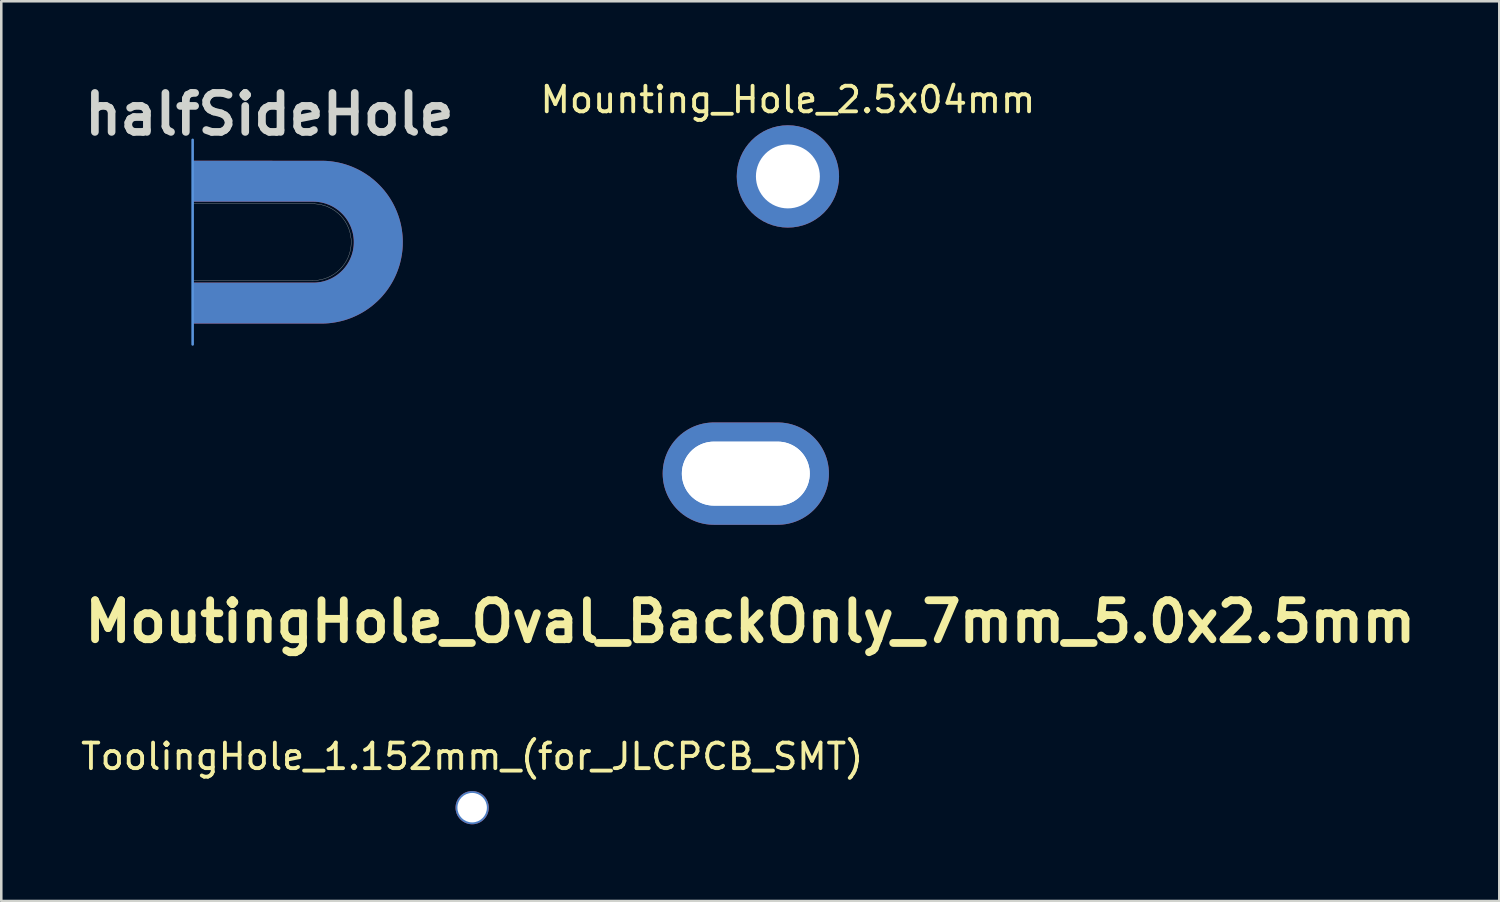
<source format=kicad_pcb>
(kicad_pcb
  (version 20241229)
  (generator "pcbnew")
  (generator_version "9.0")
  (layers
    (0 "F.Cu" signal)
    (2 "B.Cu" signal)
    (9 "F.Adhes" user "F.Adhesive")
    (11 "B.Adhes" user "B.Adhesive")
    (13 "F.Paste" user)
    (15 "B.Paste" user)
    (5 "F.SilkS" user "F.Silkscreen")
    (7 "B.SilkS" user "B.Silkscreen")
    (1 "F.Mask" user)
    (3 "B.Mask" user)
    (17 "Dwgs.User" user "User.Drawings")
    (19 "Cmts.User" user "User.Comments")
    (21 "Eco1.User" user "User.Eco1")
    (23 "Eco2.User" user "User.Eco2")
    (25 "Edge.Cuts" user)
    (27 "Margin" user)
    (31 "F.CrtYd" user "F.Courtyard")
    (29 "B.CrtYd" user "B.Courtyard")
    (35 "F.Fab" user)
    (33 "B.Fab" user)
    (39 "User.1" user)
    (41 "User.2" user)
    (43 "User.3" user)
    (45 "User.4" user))
  (footprint "Mounting_Hole_2.5x04mm"
    (layer "F.Cu")
    (at 27.756 3.848)
    (property "Reference" "Mounting_Hole_2.5x04mm" (at 0 -3 0) (layer "F.SilkS") (effects (font (size 1 1) (thickness 0.15))))
    (attr through_hole)
    (pad "1" thru_hole circle (at 0 0) (size 4 4) (drill 2.5) (layers "*.Cu" "*.Mask")))
  (footprint "MoutingHole_Oval_BackOnly_7mm_5.0x2.5mm"
    (layer "F.Cu")
    (at 26.11 15.468)
    (property "Reference" "MoutingHole_Oval_BackOnly_7mm_5.0x2.5mm" (at 0.175 5.786 0) (layer "F.SilkS") (effects (font (size 1.524 1.524) (thickness 0.305))))
    (attr exclude_from_pos_files exclude_from_bom)
    (pad "" np_thru_hole oval (at 0 0) (size 5 2.5) (drill oval 5 2.5) (layers "*.Cu" "*.Mask"))
    (pad "2" thru_hole oval (at 0 0) (size 6.5 4) (drill oval 5 2.5) (layers "B.Cu" "B.Mask")))
  (footprint "halfSideHole"
    (layer "F.Cu")
    (at 4.482 6.418)
    (property "Reference" "halfSideHole" (at 3 -5 0) (layer "Edge.Cuts") (effects (font (size 1.524 1.524) (thickness 0.3))))
    (attr through_hole)
    (fp_line (start 0 -4) (end 0 4) (stroke (width 0.1) (type solid)) (layer "Cmts.User"))
    (fp_line (start 0 1.5) (end 4.7 1.5) (stroke (width 0.01) (type solid)) (layer "Edge.Cuts"))
    (fp_line (start 4.75 -1.5) (end 0 -1.5) (stroke (width 0.01) (type solid)) (layer "Edge.Cuts"))
    (fp_arc (start 4.749972 -1.499167) (mid 6.199791 0.024989) (end 4.7 1.5) (stroke (width 0.01) (type solid)) (layer "Edge.Cuts"))
    (pad "1" thru_hole custom (at 7.25 0) (size 1.524 1.524) (drill 0.001) (layers "*.Cu" "*.Mask") (options (anchor circle)) (primitives (gr_poly (pts (xy -4.718 -3.178) (xy -4.614 -3.178) (xy -4.512 -3.178) (xy -4.412 -3.178) (xy -4.313 -3.178) (xy -4.217 -3.178) (xy -4.123 -3.177) (xy -4.031 -3.177) (xy -3.94 -3.177) (xy -3.852 -3.177) (xy -3.766 -3.177) (xy -3.682 -3.177) (xy -3.6 -3.177) (xy -3.52 -3.177) (xy -3.442 -3.177) (xy -3.366 -3.177) (xy -3.293 -3.177) (xy -3.221 -3.177) (xy -3.152 -3.177) (xy -3.085 -3.177) (xy -3.02 -3.177) (xy -2.957 -3.177) (xy -2.897 -3.177) (xy -2.839 -3.177) (xy -2.783 -3.177) (xy -2.729 -3.177) (xy -2.677 -3.177) (xy -2.628 -3.177) (xy -2.581 -3.177) (xy -2.537 -3.177) (xy -2.494 -3.177) (xy -2.454 -3.177) (xy -2.417 -3.177) (xy -2.381 -3.177) (xy -2.348 -3.177) (xy -2.318 -3.177) (xy -2.29 -3.177) (xy -2.264 -3.177) (xy -2.24 -3.177) (xy -2.22 -3.177) (xy -2.201 -3.177) (xy -2.185 -3.177) (xy -2.172 -3.176) (xy -2.161 -3.176) (xy -2.152 -3.176) (xy -2.146 -3.176) (xy -2.143 -3.176) (xy -2.142 -3.176) (xy -2.084 -3.174) (xy -2.028 -3.172) (xy -1.973 -3.168) (xy -1.919 -3.163) (xy -1.864 -3.158) (xy -1.81 -3.151) (xy -1.76 -3.144) (xy -1.672 -3.13) (xy -1.584 -3.114) (xy -1.497 -3.095) (xy -1.41 -3.074) (xy -1.324 -3.05) (xy -1.239 -3.024) (xy -1.155 -2.995) (xy -1.072 -2.965) (xy -0.99 -2.932) (xy -0.909 -2.896) (xy -0.829 -2.859) (xy -0.75 -2.819) (xy -0.672 -2.777) (xy -0.595 -2.733) (xy -0.519 -2.687) (xy -0.445 -2.639) (xy -0.372 -2.588) (xy -0.301 -2.536) (xy -0.231 -2.481) (xy -0.162 -2.425) (xy -0.095 -2.366) (xy -0.029 -2.305) (xy 0.035 -2.243) (xy 0.043 -2.235) (xy 0.105 -2.17) (xy 0.166 -2.103) (xy 0.225 -2.035) (xy 0.281 -1.965) (xy 0.336 -1.894) (xy 0.388 -1.822) (xy 0.438 -1.748) (xy 0.486 -1.673) (xy 0.532 -1.596) (xy 0.576 -1.518) (xy 0.617 -1.439) (xy 0.657 -1.358) (xy 0.694 -1.276) (xy 0.729 -1.193) (xy 0.737 -1.173) (xy 0.769 -1.089) (xy 0.799 -1.004) (xy 0.826 -0.919) (xy 0.851 -0.833) (xy 0.873 -0.746) (xy 0.893 -0.659) (xy 0.91 -0.571) (xy 0.925 -0.483) (xy 0.937 -0.394) (xy 0.947 -0.305) (xy 0.954 -0.226) (xy 0.958 -0.158) (xy 0.961 -0.089) (xy 0.962 -0.019) (xy 0.961 0.051) (xy 0.96 0.121) (xy 0.958 0.164) (xy 0.952 0.252) (xy 0.944 0.34) (xy 0.933 0.428) (xy 0.92 0.515) (xy 0.904 0.603) (xy 0.886 0.689) (xy 0.866 0.776) (xy 0.843 0.862) (xy 0.818 0.947) (xy 0.79 1.031) (xy 0.761 1.111) (xy 0.729 1.195) (xy 0.694 1.277) (xy 0.657 1.358) (xy 0.618 1.438) (xy 0.577 1.517) (xy 0.533 1.594) (xy 0.487 1.671) (xy 0.439 1.745) (xy 0.39 1.819) (xy 0.338 1.891) (xy 0.284 1.962) (xy 0.228 2.031) (xy 0.17 2.099) (xy 0.111 2.165) (xy 0.049 2.229) (xy -0.014 2.291) (xy -0.08 2.352) (xy -0.146 2.411) (xy -0.215 2.469) (xy -0.23 2.481) (xy -0.301 2.536) (xy -0.373 2.589) (xy -0.447 2.64) (xy -0.522 2.688) (xy -0.598 2.735) (xy -0.675 2.779) (xy -0.754 2.821) (xy -0.833 2.861) (xy -0.914 2.898) (xy -0.995 2.934) (xy -1.078 2.967) (xy -1.161 2.997) (xy -1.245 3.026) (xy -1.33 3.052) (xy -1.416 3.075) (xy -1.503 3.096) (xy -1.59 3.115) (xy -1.678 3.131) (xy -1.766 3.145) (xy -1.855 3.157) (xy -1.944 3.166) (xy -1.949 3.166) (xy -1.978 3.168) (xy -2.007 3.17) (xy -2.035 3.172) (xy -2.064 3.174) (xy -2.094 3.175) (xy -2.126 3.176) (xy -2.142 3.176) (xy -2.146 3.176) (xy -2.151 3.176) (xy -2.16 3.176) (xy -2.171 3.176) (xy -2.184 3.177) (xy -2.2 3.177) (xy -2.218 3.177) (xy -2.239 3.177) (xy -2.262 3.177) (xy -2.287 3.177) (xy -2.315 3.177) (xy -2.346 3.177) (xy -2.379 3.177) (xy -2.414 3.177) (xy -2.451 3.177) (xy -2.491 3.177) (xy -2.533 3.177) (xy -2.578 3.177) (xy -2.624 3.177) (xy -2.674 3.177) (xy -2.725 3.177) (xy -2.778 3.177) (xy -2.834 3.177) (xy -2.892 3.177) (xy -2.953 3.177) (xy -3.015 3.177) (xy -3.08 3.177) (xy -3.147 3.177) (xy -3.216 3.177) (xy -3.287 3.177) (xy -3.361 3.177) (xy -3.436 3.177) (xy -3.514 3.177) (xy -3.594 3.177) (xy -3.675 3.177) (xy -3.759 3.177) (xy -3.845 3.177) (xy -3.933 3.177) (xy -4.023 3.177) (xy -4.116 3.177) (xy -4.21 3.178) (xy -4.306 3.178) (xy -4.404 3.178) (xy -4.504 3.178) (xy -4.606 3.178) (xy -4.71 3.178) (xy -4.718 3.178) (xy -7.245 3.178) (xy -7.245 1.587) (xy -4.866 1.587) (xy -4.766 1.587) (xy -4.668 1.587) (xy -4.571 1.587) (xy -4.477 1.587) (xy -4.385 1.587) (xy -4.294 1.587) (xy -4.206 1.587) (xy -4.119 1.587) (xy -4.035 1.587) (xy -3.953 1.587) (xy -3.872 1.587) (xy -3.794 1.587) (xy -3.718 1.587) (xy -3.644 1.587) (xy -3.572 1.587) (xy -3.502 1.587) (xy -3.434 1.587) (xy -3.369 1.587) (xy -3.305 1.587) (xy -3.244 1.587) (xy -3.185 1.587) (xy -3.128 1.587) (xy -3.074 1.587) (xy -3.021 1.587) (xy -2.971 1.587) (xy -2.923 1.587) (xy -2.878 1.587) (xy -2.834 1.587) (xy -2.793 1.587) (xy -2.755 1.587) (xy -2.718 1.587) (xy -2.684 1.587) (xy -2.653 1.587) (xy -2.623 1.587) (xy -2.596 1.587) (xy -2.572 1.587) (xy -2.55 1.587) (xy -2.53 1.587) (xy -2.513 1.587) (xy -2.498 1.586) (xy -2.486 1.586) (xy -2.476 1.586) (xy -2.469 1.586) (xy -2.464 1.586) (xy -2.462 1.586) (xy -2.397 1.582) (xy -2.334 1.575) (xy -2.271 1.566) (xy -2.209 1.555) (xy -2.148 1.541) (xy -2.088 1.525) (xy -2.028 1.506) (xy -1.969 1.485) (xy -1.911 1.461) (xy -1.853 1.436) (xy -1.818 1.419) (xy -1.764 1.39) (xy -1.71 1.359) (xy -1.659 1.326) (xy -1.608 1.292) (xy -1.559 1.255) (xy -1.511 1.216) (xy -1.467 1.178) (xy -1.46 1.172) (xy -1.452 1.164) (xy -1.443 1.155) (xy -1.433 1.146) (xy -1.422 1.135) (xy -1.411 1.124) (xy -1.4 1.113) (xy -1.389 1.102) (xy -1.379 1.092) (xy -1.37 1.083) (xy -1.362 1.074) (xy -1.356 1.067) (xy -1.354 1.066) (xy -1.314 1.019) (xy -1.276 0.972) (xy -1.241 0.925) (xy -1.207 0.876) (xy -1.176 0.827) (xy -1.146 0.776) (xy -1.118 0.723) (xy -1.11 0.707) (xy -1.082 0.649) (xy -1.058 0.59) (xy -1.035 0.531) (xy -1.015 0.471) (xy -0.998 0.411) (xy -0.982 0.349) (xy -0.97 0.288) (xy -0.96 0.225) (xy -0.954 0.184) (xy -0.952 0.161) (xy -0.95 0.14) (xy -0.948 0.12) (xy -0.947 0.099) (xy -0.946 0.079) (xy -0.945 0.058) (xy -0.944 0.036) (xy -0.944 0.012) (xy -0.944 0) (xy -0.944 -0.025) (xy -0.945 -0.048) (xy -0.945 -0.069) (xy -0.946 -0.09) (xy -0.947 -0.11) (xy -0.949 -0.13) (xy -0.951 -0.151) (xy -0.953 -0.173) (xy -0.954 -0.184) (xy -0.963 -0.247) (xy -0.974 -0.309) (xy -0.987 -0.37) (xy -1.003 -0.431) (xy -1.022 -0.491) (xy -1.042 -0.551) (xy -1.065 -0.609) (xy -1.091 -0.667) (xy -1.118 -0.724) (xy -1.148 -0.779) (xy -1.18 -0.834) (xy -1.198 -0.863) (xy -1.227 -0.905) (xy -1.257 -0.947) (xy -1.289 -0.989) (xy -1.323 -1.03) (xy -1.354 -1.065) (xy -1.36 -1.072) (xy -1.367 -1.08) (xy -1.376 -1.089) (xy -1.386 -1.099) (xy -1.397 -1.11) (xy -1.408 -1.121) (xy -1.419 -1.132) (xy -1.43 -1.143) (xy -1.44 -1.153) (xy -1.45 -1.162) (xy -1.458 -1.17) (xy -1.465 -1.177) (xy -1.467 -1.178) (xy -1.515 -1.22) (xy -1.566 -1.26) (xy -1.617 -1.298) (xy -1.669 -1.333) (xy -1.723 -1.367) (xy -1.778 -1.398) (xy -1.834 -1.427) (xy -1.891 -1.453) (xy -1.95 -1.477) (xy -2.009 -1.499) (xy -2.069 -1.519) (xy -2.13 -1.536) (xy -2.192 -1.551) (xy -2.227 -1.558) (xy -2.276 -1.567) (xy -2.326 -1.574) (xy -2.377 -1.58) (xy -2.43 -1.584) (xy -2.462 -1.586) (xy -2.464 -1.586) (xy -2.469 -1.586) (xy -2.476 -1.586) (xy -2.486 -1.586) (xy -2.499 -1.586) (xy -2.513 -1.587) (xy -2.531 -1.587) (xy -2.55 -1.587) (xy -2.573 -1.587) (xy -2.597 -1.587) (xy -2.624 -1.587) (xy -2.654 -1.587) (xy -2.685 -1.587) (xy -2.719 -1.587) (xy -2.756 -1.587) (xy -2.795 -1.587) (xy -2.836 -1.587) (xy -2.879 -1.587) (xy -2.925 -1.587) (xy -2.973 -1.587) (xy -3.023 -1.587) (xy -3.075 -1.587) (xy -3.13 -1.587) (xy -3.187 -1.587) (xy -3.246 -1.587) (xy -3.307 -1.587) (xy -3.371 -1.587) (xy -3.436 -1.587) (xy -3.504 -1.587) (xy -3.574 -1.587) (xy -3.646 -1.587) (xy -3.72 -1.587) (xy -3.797 -1.587) (xy -3.875 -1.587) (xy -3.955 -1.587) (xy -4.038 -1.587) (xy -4.122 -1.587) (xy -4.209 -1.587) (xy -4.297 -1.587) (xy -4.388 -1.587) (xy -4.48 -1.587) (xy -4.575 -1.587) (xy -4.671 -1.587) (xy -4.769 -1.587) (xy -4.866 -1.587) (xy -7.245 -1.587) (xy -7.245 -3.178) (xy -4.718 -3.178)) (width 0.01) (fill yes)))))
  (footprint "ToolingHole_1.152mm_(for_JLCPCB_SMT)"
    (layer "F.Cu")
    (at 15.411 28.529)
    (property "Reference" "ToolingHole_1.152mm_(for_JLCPCB_SMT)" (at 0 -2 0) (unlocked yes) (layer "F.SilkS") (effects (font (size 1 1) (thickness 0.15))))
    (attr through_hole)
    (pad "" np_thru_hole circle (at 0 0) (size 1.3 1.3) (drill 1.152) (layers "*.Cu" "*.Mask")))
  (gr_rect
    (start -3 -3)
    (end 55.571 32.179)
    (stroke (width 0.1) (type default))
    (fill no)
    (layer "Edge.Cuts")))
</source>
